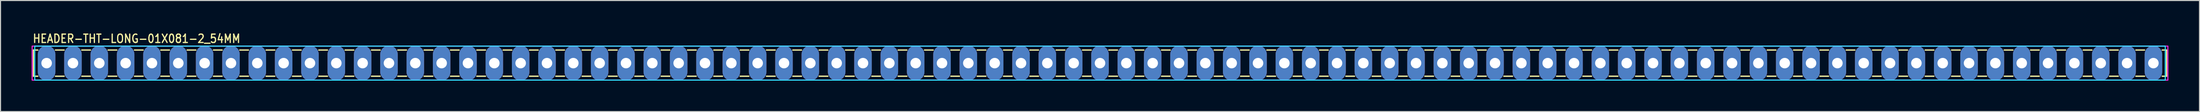
<source format=kicad_pcb>
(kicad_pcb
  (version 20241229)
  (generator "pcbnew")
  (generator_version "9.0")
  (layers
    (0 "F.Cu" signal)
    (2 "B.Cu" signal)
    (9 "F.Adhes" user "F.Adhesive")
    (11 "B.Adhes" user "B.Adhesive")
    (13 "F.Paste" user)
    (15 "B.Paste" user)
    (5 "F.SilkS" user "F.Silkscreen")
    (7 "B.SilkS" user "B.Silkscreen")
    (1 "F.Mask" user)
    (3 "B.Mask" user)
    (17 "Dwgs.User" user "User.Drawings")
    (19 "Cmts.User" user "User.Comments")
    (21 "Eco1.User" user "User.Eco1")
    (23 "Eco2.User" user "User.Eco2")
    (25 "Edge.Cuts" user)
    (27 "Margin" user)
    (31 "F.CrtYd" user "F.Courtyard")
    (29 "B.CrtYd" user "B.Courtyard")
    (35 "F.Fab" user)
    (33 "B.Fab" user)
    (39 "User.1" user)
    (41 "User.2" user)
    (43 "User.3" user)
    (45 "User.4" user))
  (footprint "HEADER-THT-LONG-01X081-2_54MM"
    (layer "F.Cu")
    (at 1.447 3.079)
    (property "Reference" "HEADER-THT-LONG-01X081-2_54MM" (at -1.4 -1.9 0) (unlocked yes) (layer "F.SilkS") (effects (font (size 0.813 0.695) (thickness 0.122)) (justify left bottom)))
    (fp_line (start -1.27 -1.27) (end -1.27 1.27) (stroke (width 0.127) (type solid)) (layer "F.SilkS"))
    (fp_line (start -1.27 1.27) (end -0.85 1.27) (stroke (width 0.127) (type solid)) (layer "F.SilkS"))
    (fp_line (start -0.85 -1.27) (end -1.27 -1.27) (stroke (width 0.127) (type solid)) (layer "F.SilkS"))
    (fp_line (start 0.85 -1.27) (end 1.69 -1.27) (stroke (width 0.127) (type solid)) (layer "F.SilkS"))
    (fp_line (start 0.85 1.27) (end 1.69 1.27) (stroke (width 0.127) (type solid)) (layer "F.SilkS"))
    (fp_line (start 3.39 -1.27) (end 4.23 -1.27) (stroke (width 0.127) (type solid)) (layer "F.SilkS"))
    (fp_line (start 3.39 1.27) (end 4.23 1.27) (stroke (width 0.127) (type solid)) (layer "F.SilkS"))
    (fp_line (start 5.93 -1.27) (end 6.77 -1.27) (stroke (width 0.127) (type solid)) (layer "F.SilkS"))
    (fp_line (start 5.93 1.27) (end 6.77 1.27) (stroke (width 0.127) (type solid)) (layer "F.SilkS"))
    (fp_line (start 8.47 -1.27) (end 9.31 -1.27) (stroke (width 0.127) (type solid)) (layer "F.SilkS"))
    (fp_line (start 8.47 1.27) (end 9.31 1.27) (stroke (width 0.127) (type solid)) (layer "F.SilkS"))
    (fp_line (start 11.01 -1.27) (end 11.85 -1.27) (stroke (width 0.127) (type solid)) (layer "F.SilkS"))
    (fp_line (start 11.01 1.27) (end 11.85 1.27) (stroke (width 0.127) (type solid)) (layer "F.SilkS"))
    (fp_line (start 13.55 -1.27) (end 14.39 -1.27) (stroke (width 0.127) (type solid)) (layer "F.SilkS"))
    (fp_line (start 13.55 1.27) (end 14.39 1.27) (stroke (width 0.127) (type solid)) (layer "F.SilkS"))
    (fp_line (start 16.09 -1.27) (end 16.93 -1.27) (stroke (width 0.127) (type solid)) (layer "F.SilkS"))
    (fp_line (start 16.09 1.27) (end 16.93 1.27) (stroke (width 0.127) (type solid)) (layer "F.SilkS"))
    (fp_line (start 18.63 -1.27) (end 19.47 -1.27) (stroke (width 0.127) (type solid)) (layer "F.SilkS"))
    (fp_line (start 18.63 1.27) (end 19.47 1.27) (stroke (width 0.127) (type solid)) (layer "F.SilkS"))
    (fp_line (start 21.17 -1.27) (end 22.01 -1.27) (stroke (width 0.127) (type solid)) (layer "F.SilkS"))
    (fp_line (start 21.17 1.27) (end 22.01 1.27) (stroke (width 0.127) (type solid)) (layer "F.SilkS"))
    (fp_line (start 23.71 -1.27) (end 24.55 -1.27) (stroke (width 0.127) (type solid)) (layer "F.SilkS"))
    (fp_line (start 23.71 1.27) (end 24.55 1.27) (stroke (width 0.127) (type solid)) (layer "F.SilkS"))
    (fp_line (start 26.25 -1.27) (end 27.09 -1.27) (stroke (width 0.127) (type solid)) (layer "F.SilkS"))
    (fp_line (start 26.25 1.27) (end 27.09 1.27) (stroke (width 0.127) (type solid)) (layer "F.SilkS"))
    (fp_line (start 28.79 -1.27) (end 29.63 -1.27) (stroke (width 0.127) (type solid)) (layer "F.SilkS"))
    (fp_line (start 28.79 1.27) (end 29.63 1.27) (stroke (width 0.127) (type solid)) (layer "F.SilkS"))
    (fp_line (start 31.33 -1.27) (end 32.17 -1.27) (stroke (width 0.127) (type solid)) (layer "F.SilkS"))
    (fp_line (start 31.33 1.27) (end 32.17 1.27) (stroke (width 0.127) (type solid)) (layer "F.SilkS"))
    (fp_line (start 33.87 -1.27) (end 34.71 -1.27) (stroke (width 0.127) (type solid)) (layer "F.SilkS"))
    (fp_line (start 33.87 1.27) (end 34.71 1.27) (stroke (width 0.127) (type solid)) (layer "F.SilkS"))
    (fp_line (start 36.41 -1.27) (end 37.25 -1.27) (stroke (width 0.127) (type solid)) (layer "F.SilkS"))
    (fp_line (start 36.41 1.27) (end 37.25 1.27) (stroke (width 0.127) (type solid)) (layer "F.SilkS"))
    (fp_line (start 38.95 -1.27) (end 39.79 -1.27) (stroke (width 0.127) (type solid)) (layer "F.SilkS"))
    (fp_line (start 38.95 1.27) (end 39.79 1.27) (stroke (width 0.127) (type solid)) (layer "F.SilkS"))
    (fp_line (start 41.49 -1.27) (end 42.33 -1.27) (stroke (width 0.127) (type solid)) (layer "F.SilkS"))
    (fp_line (start 41.49 1.27) (end 42.33 1.27) (stroke (width 0.127) (type solid)) (layer "F.SilkS"))
    (fp_line (start 44.03 -1.27) (end 44.87 -1.27) (stroke (width 0.127) (type solid)) (layer "F.SilkS"))
    (fp_line (start 44.03 1.27) (end 44.87 1.27) (stroke (width 0.127) (type solid)) (layer "F.SilkS"))
    (fp_line (start 46.57 -1.27) (end 47.41 -1.27) (stroke (width 0.127) (type solid)) (layer "F.SilkS"))
    (fp_line (start 46.57 1.27) (end 47.41 1.27) (stroke (width 0.127) (type solid)) (layer "F.SilkS"))
    (fp_line (start 49.11 -1.27) (end 49.95 -1.27) (stroke (width 0.127) (type solid)) (layer "F.SilkS"))
    (fp_line (start 49.11 1.27) (end 49.95 1.27) (stroke (width 0.127) (type solid)) (layer "F.SilkS"))
    (fp_line (start 51.65 -1.27) (end 52.49 -1.27) (stroke (width 0.127) (type solid)) (layer "F.SilkS"))
    (fp_line (start 51.65 1.27) (end 52.49 1.27) (stroke (width 0.127) (type solid)) (layer "F.SilkS"))
    (fp_line (start 54.19 -1.27) (end 55.03 -1.27) (stroke (width 0.127) (type solid)) (layer "F.SilkS"))
    (fp_line (start 54.19 1.27) (end 55.03 1.27) (stroke (width 0.127) (type solid)) (layer "F.SilkS"))
    (fp_line (start 56.73 -1.27) (end 57.57 -1.27) (stroke (width 0.127) (type solid)) (layer "F.SilkS"))
    (fp_line (start 56.73 1.27) (end 57.57 1.27) (stroke (width 0.127) (type solid)) (layer "F.SilkS"))
    (fp_line (start 59.27 -1.27) (end 60.11 -1.27) (stroke (width 0.127) (type solid)) (layer "F.SilkS"))
    (fp_line (start 59.27 1.27) (end 60.11 1.27) (stroke (width 0.127) (type solid)) (layer "F.SilkS"))
    (fp_line (start 61.81 -1.27) (end 62.65 -1.27) (stroke (width 0.127) (type solid)) (layer "F.SilkS"))
    (fp_line (start 61.81 1.27) (end 62.65 1.27) (stroke (width 0.127) (type solid)) (layer "F.SilkS"))
    (fp_line (start 64.35 -1.27) (end 65.19 -1.27) (stroke (width 0.127) (type solid)) (layer "F.SilkS"))
    (fp_line (start 64.35 1.27) (end 65.19 1.27) (stroke (width 0.127) (type solid)) (layer "F.SilkS"))
    (fp_line (start 66.89 -1.27) (end 67.73 -1.27) (stroke (width 0.127) (type solid)) (layer "F.SilkS"))
    (fp_line (start 66.89 1.27) (end 67.73 1.27) (stroke (width 0.127) (type solid)) (layer "F.SilkS"))
    (fp_line (start 69.43 -1.27) (end 70.27 -1.27) (stroke (width 0.127) (type solid)) (layer "F.SilkS"))
    (fp_line (start 69.43 1.27) (end 70.27 1.27) (stroke (width 0.127) (type solid)) (layer "F.SilkS"))
    (fp_line (start 71.97 -1.27) (end 72.81 -1.27) (stroke (width 0.127) (type solid)) (layer "F.SilkS"))
    (fp_line (start 71.97 1.27) (end 72.81 1.27) (stroke (width 0.127) (type solid)) (layer "F.SilkS"))
    (fp_line (start 74.51 -1.27) (end 75.35 -1.27) (stroke (width 0.127) (type solid)) (layer "F.SilkS"))
    (fp_line (start 74.51 1.27) (end 75.35 1.27) (stroke (width 0.127) (type solid)) (layer "F.SilkS"))
    (fp_line (start 77.05 -1.27) (end 77.89 -1.27) (stroke (width 0.127) (type solid)) (layer "F.SilkS"))
    (fp_line (start 77.05 1.27) (end 77.89 1.27) (stroke (width 0.127) (type solid)) (layer "F.SilkS"))
    (fp_line (start 79.59 -1.27) (end 80.43 -1.27) (stroke (width 0.127) (type solid)) (layer "F.SilkS"))
    (fp_line (start 79.59 1.27) (end 80.43 1.27) (stroke (width 0.127) (type solid)) (layer "F.SilkS"))
    (fp_line (start 82.13 -1.27) (end 82.97 -1.27) (stroke (width 0.127) (type solid)) (layer "F.SilkS"))
    (fp_line (start 82.13 1.27) (end 82.97 1.27) (stroke (width 0.127) (type solid)) (layer "F.SilkS"))
    (fp_line (start 84.67 -1.27) (end 85.51 -1.27) (stroke (width 0.127) (type solid)) (layer "F.SilkS"))
    (fp_line (start 84.67 1.27) (end 85.51 1.27) (stroke (width 0.127) (type solid)) (layer "F.SilkS"))
    (fp_line (start 87.21 -1.27) (end 88.05 -1.27) (stroke (width 0.127) (type solid)) (layer "F.SilkS"))
    (fp_line (start 87.21 1.27) (end 88.05 1.27) (stroke (width 0.127) (type solid)) (layer "F.SilkS"))
    (fp_line (start 89.75 -1.27) (end 90.59 -1.27) (stroke (width 0.127) (type solid)) (layer "F.SilkS"))
    (fp_line (start 89.75 1.27) (end 90.59 1.27) (stroke (width 0.127) (type solid)) (layer "F.SilkS"))
    (fp_line (start 92.29 -1.27) (end 93.13 -1.27) (stroke (width 0.127) (type solid)) (layer "F.SilkS"))
    (fp_line (start 92.29 1.27) (end 93.13 1.27) (stroke (width 0.127) (type solid)) (layer "F.SilkS"))
    (fp_line (start 94.83 -1.27) (end 95.67 -1.27) (stroke (width 0.127) (type solid)) (layer "F.SilkS"))
    (fp_line (start 94.83 1.27) (end 95.67 1.27) (stroke (width 0.127) (type solid)) (layer "F.SilkS"))
    (fp_line (start 97.37 -1.27) (end 98.21 -1.27) (stroke (width 0.127) (type solid)) (layer "F.SilkS"))
    (fp_line (start 97.37 1.27) (end 98.21 1.27) (stroke (width 0.127) (type solid)) (layer "F.SilkS"))
    (fp_line (start 99.91 -1.27) (end 100.75 -1.27) (stroke (width 0.127) (type solid)) (layer "F.SilkS"))
    (fp_line (start 99.91 1.27) (end 100.75 1.27) (stroke (width 0.127) (type solid)) (layer "F.SilkS"))
    (fp_line (start 102.45 -1.27) (end 103.29 -1.27) (stroke (width 0.127) (type solid)) (layer "F.SilkS"))
    (fp_line (start 102.45 1.27) (end 103.29 1.27) (stroke (width 0.127) (type solid)) (layer "F.SilkS"))
    (fp_line (start 104.99 -1.27) (end 105.83 -1.27) (stroke (width 0.127) (type solid)) (layer "F.SilkS"))
    (fp_line (start 104.99 1.27) (end 105.83 1.27) (stroke (width 0.127) (type solid)) (layer "F.SilkS"))
    (fp_line (start 107.53 -1.27) (end 108.37 -1.27) (stroke (width 0.127) (type solid)) (layer "F.SilkS"))
    (fp_line (start 107.53 1.27) (end 108.37 1.27) (stroke (width 0.127) (type solid)) (layer "F.SilkS"))
    (fp_line (start 110.07 -1.27) (end 110.91 -1.27) (stroke (width 0.127) (type solid)) (layer "F.SilkS"))
    (fp_line (start 110.07 1.27) (end 110.91 1.27) (stroke (width 0.127) (type solid)) (layer "F.SilkS"))
    (fp_line (start 112.61 -1.27) (end 113.45 -1.27) (stroke (width 0.127) (type solid)) (layer "F.SilkS"))
    (fp_line (start 112.61 1.27) (end 113.45 1.27) (stroke (width 0.127) (type solid)) (layer "F.SilkS"))
    (fp_line (start 115.15 -1.27) (end 115.99 -1.27) (stroke (width 0.127) (type solid)) (layer "F.SilkS"))
    (fp_line (start 115.15 1.27) (end 115.99 1.27) (stroke (width 0.127) (type solid)) (layer "F.SilkS"))
    (fp_line (start 117.69 -1.27) (end 118.53 -1.27) (stroke (width 0.127) (type solid)) (layer "F.SilkS"))
    (fp_line (start 117.69 1.27) (end 118.53 1.27) (stroke (width 0.127) (type solid)) (layer "F.SilkS"))
    (fp_line (start 120.23 -1.27) (end 121.07 -1.27) (stroke (width 0.127) (type solid)) (layer "F.SilkS"))
    (fp_line (start 120.23 1.27) (end 121.07 1.27) (stroke (width 0.127) (type solid)) (layer "F.SilkS"))
    (fp_line (start 122.77 -1.27) (end 123.61 -1.27) (stroke (width 0.127) (type solid)) (layer "F.SilkS"))
    (fp_line (start 122.77 1.27) (end 123.61 1.27) (stroke (width 0.127) (type solid)) (layer "F.SilkS"))
    (fp_line (start 125.31 -1.27) (end 126.15 -1.27) (stroke (width 0.127) (type solid)) (layer "F.SilkS"))
    (fp_line (start 125.31 1.27) (end 126.15 1.27) (stroke (width 0.127) (type solid)) (layer "F.SilkS"))
    (fp_line (start 127.85 -1.27) (end 128.69 -1.27) (stroke (width 0.127) (type solid)) (layer "F.SilkS"))
    (fp_line (start 127.85 1.27) (end 128.69 1.27) (stroke (width 0.127) (type solid)) (layer "F.SilkS"))
    (fp_line (start 130.39 -1.27) (end 131.23 -1.27) (stroke (width 0.127) (type solid)) (layer "F.SilkS"))
    (fp_line (start 130.39 1.27) (end 131.23 1.27) (stroke (width 0.127) (type solid)) (layer "F.SilkS"))
    (fp_line (start 132.93 -1.27) (end 133.77 -1.27) (stroke (width 0.127) (type solid)) (layer "F.SilkS"))
    (fp_line (start 132.93 1.27) (end 133.77 1.27) (stroke (width 0.127) (type solid)) (layer "F.SilkS"))
    (fp_line (start 135.47 -1.27) (end 136.31 -1.27) (stroke (width 0.127) (type solid)) (layer "F.SilkS"))
    (fp_line (start 135.47 1.27) (end 136.31 1.27) (stroke (width 0.127) (type solid)) (layer "F.SilkS"))
    (fp_line (start 138.01 -1.27) (end 138.85 -1.27) (stroke (width 0.127) (type solid)) (layer "F.SilkS"))
    (fp_line (start 138.01 1.27) (end 138.85 1.27) (stroke (width 0.127) (type solid)) (layer "F.SilkS"))
    (fp_line (start 140.55 -1.27) (end 141.39 -1.27) (stroke (width 0.127) (type solid)) (layer "F.SilkS"))
    (fp_line (start 140.55 1.27) (end 141.39 1.27) (stroke (width 0.127) (type solid)) (layer "F.SilkS"))
    (fp_line (start 143.09 -1.27) (end 143.93 -1.27) (stroke (width 0.127) (type solid)) (layer "F.SilkS"))
    (fp_line (start 143.09 1.27) (end 143.93 1.27) (stroke (width 0.127) (type solid)) (layer "F.SilkS"))
    (fp_line (start 145.63 -1.27) (end 146.47 -1.27) (stroke (width 0.127) (type solid)) (layer "F.SilkS"))
    (fp_line (start 145.63 1.27) (end 146.47 1.27) (stroke (width 0.127) (type solid)) (layer "F.SilkS"))
    (fp_line (start 148.17 -1.27) (end 149.01 -1.27) (stroke (width 0.127) (type solid)) (layer "F.SilkS"))
    (fp_line (start 148.17 1.27) (end 149.01 1.27) (stroke (width 0.127) (type solid)) (layer "F.SilkS"))
    (fp_line (start 150.71 -1.27) (end 151.55 -1.27) (stroke (width 0.127) (type solid)) (layer "F.SilkS"))
    (fp_line (start 150.71 1.27) (end 151.55 1.27) (stroke (width 0.127) (type solid)) (layer "F.SilkS"))
    (fp_line (start 153.25 -1.27) (end 154.09 -1.27) (stroke (width 0.127) (type solid)) (layer "F.SilkS"))
    (fp_line (start 153.25 1.27) (end 154.09 1.27) (stroke (width 0.127) (type solid)) (layer "F.SilkS"))
    (fp_line (start 155.79 -1.27) (end 156.63 -1.27) (stroke (width 0.127) (type solid)) (layer "F.SilkS"))
    (fp_line (start 155.79 1.27) (end 156.63 1.27) (stroke (width 0.127) (type solid)) (layer "F.SilkS"))
    (fp_line (start 158.33 -1.27) (end 159.17 -1.27) (stroke (width 0.127) (type solid)) (layer "F.SilkS"))
    (fp_line (start 158.33 1.27) (end 159.17 1.27) (stroke (width 0.127) (type solid)) (layer "F.SilkS"))
    (fp_line (start 160.87 -1.27) (end 161.71 -1.27) (stroke (width 0.127) (type solid)) (layer "F.SilkS"))
    (fp_line (start 160.87 1.27) (end 161.71 1.27) (stroke (width 0.127) (type solid)) (layer "F.SilkS"))
    (fp_line (start 163.41 -1.27) (end 164.25 -1.27) (stroke (width 0.127) (type solid)) (layer "F.SilkS"))
    (fp_line (start 163.41 1.27) (end 164.25 1.27) (stroke (width 0.127) (type solid)) (layer "F.SilkS"))
    (fp_line (start 165.95 -1.27) (end 166.79 -1.27) (stroke (width 0.127) (type solid)) (layer "F.SilkS"))
    (fp_line (start 165.95 1.27) (end 166.79 1.27) (stroke (width 0.127) (type solid)) (layer "F.SilkS"))
    (fp_line (start 168.49 -1.27) (end 169.33 -1.27) (stroke (width 0.127) (type solid)) (layer "F.SilkS"))
    (fp_line (start 168.49 1.27) (end 169.33 1.27) (stroke (width 0.127) (type solid)) (layer "F.SilkS"))
    (fp_line (start 171.03 -1.27) (end 171.87 -1.27) (stroke (width 0.127) (type solid)) (layer "F.SilkS"))
    (fp_line (start 171.03 1.27) (end 171.87 1.27) (stroke (width 0.127) (type solid)) (layer "F.SilkS"))
    (fp_line (start 173.57 -1.27) (end 174.41 -1.27) (stroke (width 0.127) (type solid)) (layer "F.SilkS"))
    (fp_line (start 173.57 1.27) (end 174.41 1.27) (stroke (width 0.127) (type solid)) (layer "F.SilkS"))
    (fp_line (start 176.11 -1.27) (end 176.95 -1.27) (stroke (width 0.127) (type solid)) (layer "F.SilkS"))
    (fp_line (start 176.11 1.27) (end 176.95 1.27) (stroke (width 0.127) (type solid)) (layer "F.SilkS"))
    (fp_line (start 178.65 -1.27) (end 179.49 -1.27) (stroke (width 0.127) (type solid)) (layer "F.SilkS"))
    (fp_line (start 178.65 1.27) (end 179.49 1.27) (stroke (width 0.127) (type solid)) (layer "F.SilkS"))
    (fp_line (start 181.19 -1.27) (end 182.03 -1.27) (stroke (width 0.127) (type solid)) (layer "F.SilkS"))
    (fp_line (start 181.19 1.27) (end 182.03 1.27) (stroke (width 0.127) (type solid)) (layer "F.SilkS"))
    (fp_line (start 183.73 -1.27) (end 184.57 -1.27) (stroke (width 0.127) (type solid)) (layer "F.SilkS"))
    (fp_line (start 183.73 1.27) (end 184.57 1.27) (stroke (width 0.127) (type solid)) (layer "F.SilkS"))
    (fp_line (start 186.27 -1.27) (end 187.11 -1.27) (stroke (width 0.127) (type solid)) (layer "F.SilkS"))
    (fp_line (start 186.27 1.27) (end 187.11 1.27) (stroke (width 0.127) (type solid)) (layer "F.SilkS"))
    (fp_line (start 188.81 -1.27) (end 189.65 -1.27) (stroke (width 0.127) (type solid)) (layer "F.SilkS"))
    (fp_line (start 188.81 1.27) (end 189.65 1.27) (stroke (width 0.127) (type solid)) (layer "F.SilkS"))
    (fp_line (start 191.35 -1.27) (end 192.19 -1.27) (stroke (width 0.127) (type solid)) (layer "F.SilkS"))
    (fp_line (start 191.35 1.27) (end 192.19 1.27) (stroke (width 0.127) (type solid)) (layer "F.SilkS"))
    (fp_line (start 193.89 -1.27) (end 194.73 -1.27) (stroke (width 0.127) (type solid)) (layer "F.SilkS"))
    (fp_line (start 193.89 1.27) (end 194.73 1.27) (stroke (width 0.127) (type solid)) (layer "F.SilkS"))
    (fp_line (start 196.43 -1.27) (end 197.27 -1.27) (stroke (width 0.127) (type solid)) (layer "F.SilkS"))
    (fp_line (start 196.43 1.27) (end 197.27 1.27) (stroke (width 0.127) (type solid)) (layer "F.SilkS"))
    (fp_line (start 198.97 -1.27) (end 199.81 -1.27) (stroke (width 0.127) (type solid)) (layer "F.SilkS"))
    (fp_line (start 198.97 1.27) (end 199.81 1.27) (stroke (width 0.127) (type solid)) (layer "F.SilkS"))
    (fp_line (start 201.51 -1.27) (end 202.35 -1.27) (stroke (width 0.127) (type solid)) (layer "F.SilkS"))
    (fp_line (start 201.51 1.27) (end 202.35 1.27) (stroke (width 0.127) (type solid)) (layer "F.SilkS"))
    (fp_line (start 204.05 -1.27) (end 204.47 -1.27) (stroke (width 0.127) (type solid)) (layer "F.SilkS"))
    (fp_line (start 204.47 -1.27) (end 204.47 1.27) (stroke (width 0.127) (type solid)) (layer "F.SilkS"))
    (fp_line (start 204.47 1.27) (end 204.05 1.27) (stroke (width 0.127) (type solid)) (layer "F.SilkS"))
    (fp_poly (pts (xy -1.143 -1.651) (xy 204.343 -1.651) (xy 204.343 1.651) (xy -1.143 1.651)) (stroke (width 0.1) (type solid)) (fill no) (layer "B.CrtYd"))
    (fp_poly (pts (xy -1.397 -1.651) (xy 204.597 -1.651) (xy 204.597 1.651) (xy -1.397 1.651)) (stroke (width 0.1) (type solid)) (fill no) (layer "F.CrtYd"))
    (pad "P$1" thru_hole oval (at 0 0 90) (size 3.387 1.693) (drill 1.016) (layers "*.Cu" "*.Mask"))
    (pad "P$2" thru_hole oval (at 2.54 0 90) (size 3.387 1.693) (drill 1.016) (layers "*.Cu" "*.Mask"))
    (pad "P$3" thru_hole oval (at 5.08 0 90) (size 3.387 1.693) (drill 1.016) (layers "*.Cu" "*.Mask"))
    (pad "P$4" thru_hole oval (at 7.62 0 90) (size 3.387 1.693) (drill 1.016) (layers "*.Cu" "*.Mask"))
    (pad "P$5" thru_hole oval (at 10.16 0 90) (size 3.387 1.693) (drill 1.016) (layers "*.Cu" "*.Mask"))
    (pad "P$6" thru_hole oval (at 12.7 0 90) (size 3.387 1.693) (drill 1.016) (layers "*.Cu" "*.Mask"))
    (pad "P$7" thru_hole oval (at 15.24 0 90) (size 3.387 1.693) (drill 1.016) (layers "*.Cu" "*.Mask"))
    (pad "P$8" thru_hole oval (at 17.78 0 90) (size 3.387 1.693) (drill 1.016) (layers "*.Cu" "*.Mask"))
    (pad "P$9" thru_hole oval (at 20.32 0 90) (size 3.387 1.693) (drill 1.016) (layers "*.Cu" "*.Mask"))
    (pad "P$10" thru_hole oval (at 22.86 0 90) (size 3.387 1.693) (drill 1.016) (layers "*.Cu" "*.Mask"))
    (pad "P$11" thru_hole oval (at 25.4 0 90) (size 3.387 1.693) (drill 1.016) (layers "*.Cu" "*.Mask"))
    (pad "P$12" thru_hole oval (at 27.94 0 90) (size 3.387 1.693) (drill 1.016) (layers "*.Cu" "*.Mask"))
    (pad "P$13" thru_hole oval (at 30.48 0 90) (size 3.387 1.693) (drill 1.016) (layers "*.Cu" "*.Mask"))
    (pad "P$14" thru_hole oval (at 33.02 0 90) (size 3.387 1.693) (drill 1.016) (layers "*.Cu" "*.Mask"))
    (pad "P$15" thru_hole oval (at 35.56 0 90) (size 3.387 1.693) (drill 1.016) (layers "*.Cu" "*.Mask"))
    (pad "P$16" thru_hole oval (at 38.1 0 90) (size 3.387 1.693) (drill 1.016) (layers "*.Cu" "*.Mask"))
    (pad "P$17" thru_hole oval (at 40.64 0 90) (size 3.387 1.693) (drill 1.016) (layers "*.Cu" "*.Mask"))
    (pad "P$18" thru_hole oval (at 43.18 0 90) (size 3.387 1.693) (drill 1.016) (layers "*.Cu" "*.Mask"))
    (pad "P$19" thru_hole oval (at 45.72 0 90) (size 3.387 1.693) (drill 1.016) (layers "*.Cu" "*.Mask"))
    (pad "P$20" thru_hole oval (at 48.26 0 90) (size 3.387 1.693) (drill 1.016) (layers "*.Cu" "*.Mask"))
    (pad "P$21" thru_hole oval (at 50.8 0 90) (size 3.387 1.693) (drill 1.016) (layers "*.Cu" "*.Mask"))
    (pad "P$22" thru_hole oval (at 53.34 0 90) (size 3.387 1.693) (drill 1.016) (layers "*.Cu" "*.Mask"))
    (pad "P$23" thru_hole oval (at 55.88 0 90) (size 3.387 1.693) (drill 1.016) (layers "*.Cu" "*.Mask"))
    (pad "P$24" thru_hole oval (at 58.42 0 90) (size 3.387 1.693) (drill 1.016) (layers "*.Cu" "*.Mask"))
    (pad "P$25" thru_hole oval (at 60.96 0 90) (size 3.387 1.693) (drill 1.016) (layers "*.Cu" "*.Mask"))
    (pad "P$26" thru_hole oval (at 63.5 0 90) (size 3.387 1.693) (drill 1.016) (layers "*.Cu" "*.Mask"))
    (pad "P$27" thru_hole oval (at 66.04 0 90) (size 3.387 1.693) (drill 1.016) (layers "*.Cu" "*.Mask"))
    (pad "P$28" thru_hole oval (at 68.58 0 90) (size 3.387 1.693) (drill 1.016) (layers "*.Cu" "*.Mask"))
    (pad "P$29" thru_hole oval (at 71.12 0 90) (size 3.387 1.693) (drill 1.016) (layers "*.Cu" "*.Mask"))
    (pad "P$30" thru_hole oval (at 73.66 0 90) (size 3.387 1.693) (drill 1.016) (layers "*.Cu" "*.Mask"))
    (pad "P$31" thru_hole oval (at 76.2 0 90) (size 3.387 1.693) (drill 1.016) (layers "*.Cu" "*.Mask"))
    (pad "P$32" thru_hole oval (at 78.74 0 90) (size 3.387 1.693) (drill 1.016) (layers "*.Cu" "*.Mask"))
    (pad "P$33" thru_hole oval (at 81.28 0 90) (size 3.387 1.693) (drill 1.016) (layers "*.Cu" "*.Mask"))
    (pad "P$34" thru_hole oval (at 83.82 0 90) (size 3.387 1.693) (drill 1.016) (layers "*.Cu" "*.Mask"))
    (pad "P$35" thru_hole oval (at 86.36 0 90) (size 3.387 1.693) (drill 1.016) (layers "*.Cu" "*.Mask"))
    (pad "P$36" thru_hole oval (at 88.9 0 90) (size 3.387 1.693) (drill 1.016) (layers "*.Cu" "*.Mask"))
    (pad "P$37" thru_hole oval (at 91.44 0 90) (size 3.387 1.693) (drill 1.016) (layers "*.Cu" "*.Mask"))
    (pad "P$38" thru_hole oval (at 93.98 0 90) (size 3.387 1.693) (drill 1.016) (layers "*.Cu" "*.Mask"))
    (pad "P$39" thru_hole oval (at 96.52 0 90) (size 3.387 1.693) (drill 1.016) (layers "*.Cu" "*.Mask"))
    (pad "P$40" thru_hole oval (at 99.06 0 90) (size 3.387 1.693) (drill 1.016) (layers "*.Cu" "*.Mask"))
    (pad "P$41" thru_hole oval (at 101.6 0 90) (size 3.387 1.693) (drill 1.016) (layers "*.Cu" "*.Mask"))
    (pad "P$42" thru_hole oval (at 104.14 0 90) (size 3.387 1.693) (drill 1.016) (layers "*.Cu" "*.Mask"))
    (pad "P$43" thru_hole oval (at 106.68 0 90) (size 3.387 1.693) (drill 1.016) (layers "*.Cu" "*.Mask"))
    (pad "P$44" thru_hole oval (at 109.22 0 90) (size 3.387 1.693) (drill 1.016) (layers "*.Cu" "*.Mask"))
    (pad "P$45" thru_hole oval (at 111.76 0 90) (size 3.387 1.693) (drill 1.016) (layers "*.Cu" "*.Mask"))
    (pad "P$46" thru_hole oval (at 114.3 0 90) (size 3.387 1.693) (drill 1.016) (layers "*.Cu" "*.Mask"))
    (pad "P$47" thru_hole oval (at 116.84 0 90) (size 3.387 1.693) (drill 1.016) (layers "*.Cu" "*.Mask"))
    (pad "P$48" thru_hole oval (at 119.38 0 90) (size 3.387 1.693) (drill 1.016) (layers "*.Cu" "*.Mask"))
    (pad "P$49" thru_hole oval (at 121.92 0 90) (size 3.387 1.693) (drill 1.016) (layers "*.Cu" "*.Mask"))
    (pad "P$50" thru_hole oval (at 124.46 0 90) (size 3.387 1.693) (drill 1.016) (layers "*.Cu" "*.Mask"))
    (pad "P$51" thru_hole oval (at 127 0 90) (size 3.387 1.693) (drill 1.016) (layers "*.Cu" "*.Mask"))
    (pad "P$52" thru_hole oval (at 129.54 0 90) (size 3.387 1.693) (drill 1.016) (layers "*.Cu" "*.Mask"))
    (pad "P$53" thru_hole oval (at 132.08 0 90) (size 3.387 1.693) (drill 1.016) (layers "*.Cu" "*.Mask"))
    (pad "P$54" thru_hole oval (at 134.62 0 90) (size 3.387 1.693) (drill 1.016) (layers "*.Cu" "*.Mask"))
    (pad "P$55" thru_hole oval (at 137.16 0 90) (size 3.387 1.693) (drill 1.016) (layers "*.Cu" "*.Mask"))
    (pad "P$56" thru_hole oval (at 139.7 0 90) (size 3.387 1.693) (drill 1.016) (layers "*.Cu" "*.Mask"))
    (pad "P$57" thru_hole oval (at 142.24 0 90) (size 3.387 1.693) (drill 1.016) (layers "*.Cu" "*.Mask"))
    (pad "P$58" thru_hole oval (at 144.78 0 90) (size 3.387 1.693) (drill 1.016) (layers "*.Cu" "*.Mask"))
    (pad "P$59" thru_hole oval (at 147.32 0 90) (size 3.387 1.693) (drill 1.016) (layers "*.Cu" "*.Mask"))
    (pad "P$60" thru_hole oval (at 149.86 0 90) (size 3.387 1.693) (drill 1.016) (layers "*.Cu" "*.Mask"))
    (pad "P$61" thru_hole oval (at 152.4 0 90) (size 3.387 1.693) (drill 1.016) (layers "*.Cu" "*.Mask"))
    (pad "P$62" thru_hole oval (at 154.94 0 90) (size 3.387 1.693) (drill 1.016) (layers "*.Cu" "*.Mask"))
    (pad "P$63" thru_hole oval (at 157.48 0 90) (size 3.387 1.693) (drill 1.016) (layers "*.Cu" "*.Mask"))
    (pad "P$64" thru_hole oval (at 160.02 0 90) (size 3.387 1.693) (drill 1.016) (layers "*.Cu" "*.Mask"))
    (pad "P$65" thru_hole oval (at 162.56 0 90) (size 3.387 1.693) (drill 1.016) (layers "*.Cu" "*.Mask"))
    (pad "P$66" thru_hole oval (at 165.1 0 90) (size 3.387 1.693) (drill 1.016) (layers "*.Cu" "*.Mask"))
    (pad "P$67" thru_hole oval (at 167.64 0 90) (size 3.387 1.693) (drill 1.016) (layers "*.Cu" "*.Mask"))
    (pad "P$68" thru_hole oval (at 170.18 0 90) (size 3.387 1.693) (drill 1.016) (layers "*.Cu" "*.Mask"))
    (pad "P$69" thru_hole oval (at 172.72 0 90) (size 3.387 1.693) (drill 1.016) (layers "*.Cu" "*.Mask"))
    (pad "P$70" thru_hole oval (at 175.26 0 90) (size 3.387 1.693) (drill 1.016) (layers "*.Cu" "*.Mask"))
    (pad "P$71" thru_hole oval (at 177.8 0 90) (size 3.387 1.693) (drill 1.016) (layers "*.Cu" "*.Mask"))
    (pad "P$72" thru_hole oval (at 180.34 0 90) (size 3.387 1.693) (drill 1.016) (layers "*.Cu" "*.Mask"))
    (pad "P$73" thru_hole oval (at 182.88 0 90) (size 3.387 1.693) (drill 1.016) (layers "*.Cu" "*.Mask"))
    (pad "P$74" thru_hole oval (at 185.42 0 90) (size 3.387 1.693) (drill 1.016) (layers "*.Cu" "*.Mask"))
    (pad "P$75" thru_hole oval (at 187.96 0 90) (size 3.387 1.693) (drill 1.016) (layers "*.Cu" "*.Mask"))
    (pad "P$76" thru_hole oval (at 190.5 0 90) (size 3.387 1.693) (drill 1.016) (layers "*.Cu" "*.Mask"))
    (pad "P$77" thru_hole oval (at 193.04 0 90) (size 3.387 1.693) (drill 1.016) (layers "*.Cu" "*.Mask"))
    (pad "P$78" thru_hole oval (at 195.58 0 90) (size 3.387 1.693) (drill 1.016) (layers "*.Cu" "*.Mask"))
    (pad "P$79" thru_hole oval (at 198.12 0 90) (size 3.387 1.693) (drill 1.016) (layers "*.Cu" "*.Mask"))
    (pad "P$80" thru_hole oval (at 200.66 0 90) (size 3.387 1.693) (drill 1.016) (layers "*.Cu" "*.Mask"))
    (pad "P$81" thru_hole oval (at 203.2 0 90) (size 3.387 1.693) (drill 1.016) (layers "*.Cu" "*.Mask")))
  (gr_rect
    (start -3 -3)
    (end 209.094 7.78)
    (stroke (width 0.1) (type default))
    (fill no)
    (layer "Edge.Cuts")))
</source>
